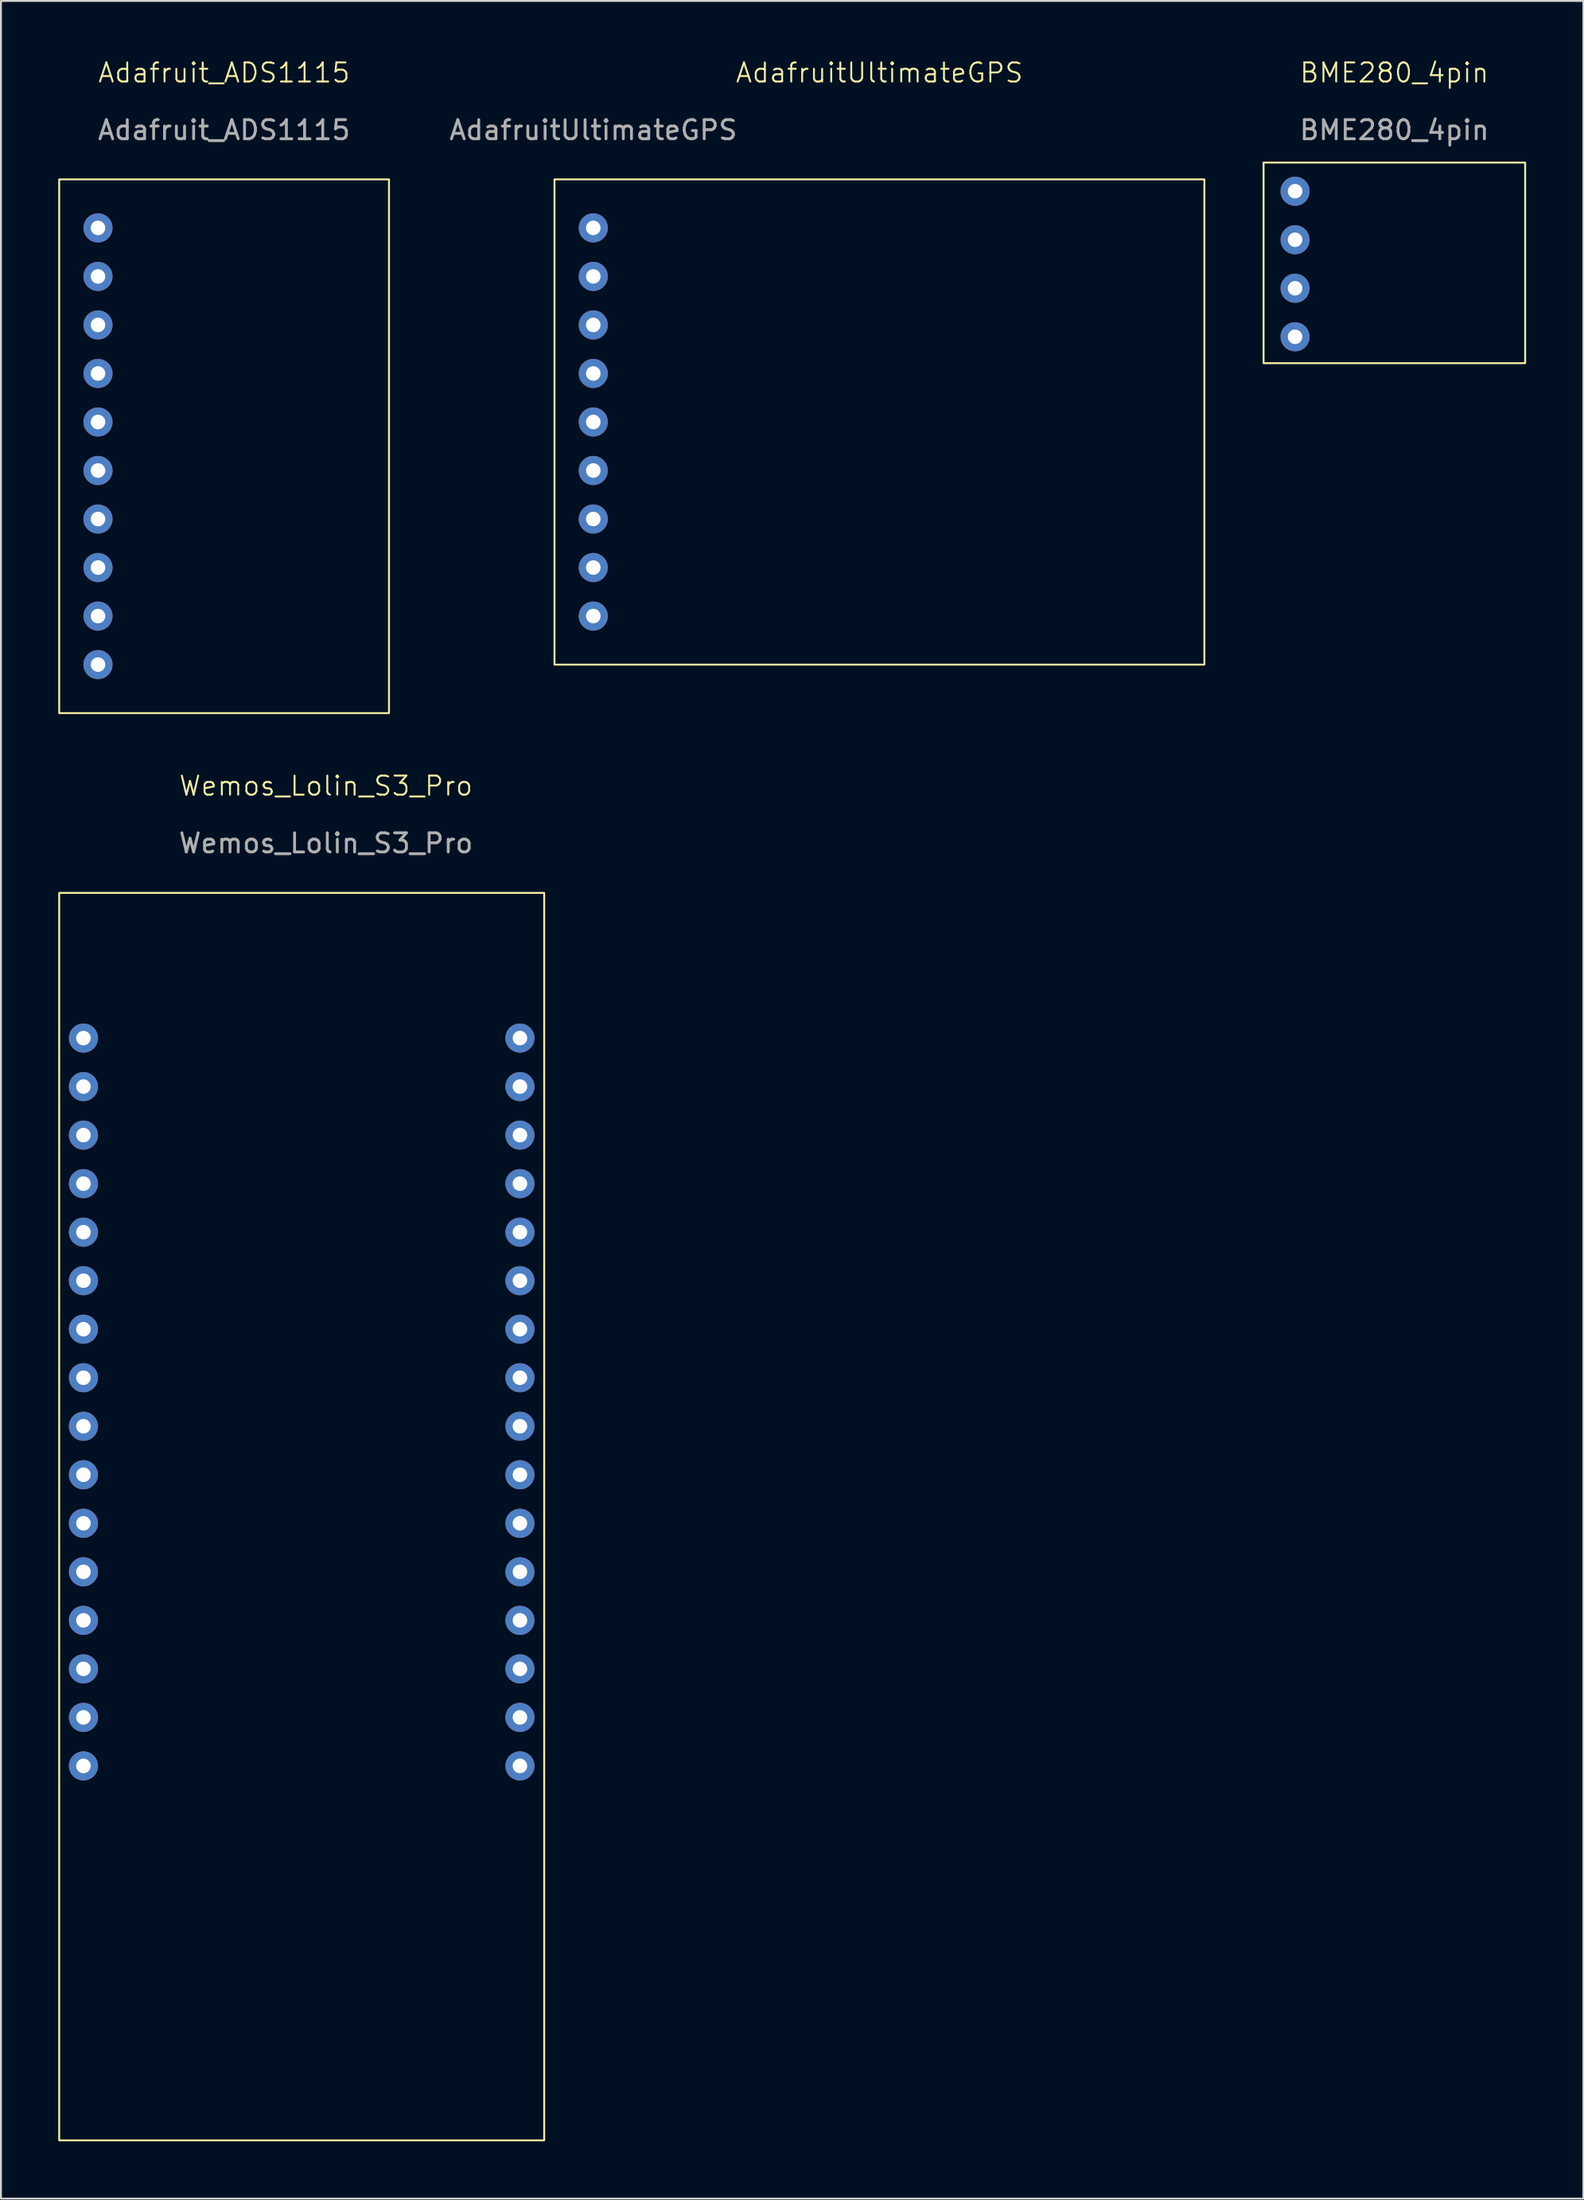
<source format=kicad_pcb>
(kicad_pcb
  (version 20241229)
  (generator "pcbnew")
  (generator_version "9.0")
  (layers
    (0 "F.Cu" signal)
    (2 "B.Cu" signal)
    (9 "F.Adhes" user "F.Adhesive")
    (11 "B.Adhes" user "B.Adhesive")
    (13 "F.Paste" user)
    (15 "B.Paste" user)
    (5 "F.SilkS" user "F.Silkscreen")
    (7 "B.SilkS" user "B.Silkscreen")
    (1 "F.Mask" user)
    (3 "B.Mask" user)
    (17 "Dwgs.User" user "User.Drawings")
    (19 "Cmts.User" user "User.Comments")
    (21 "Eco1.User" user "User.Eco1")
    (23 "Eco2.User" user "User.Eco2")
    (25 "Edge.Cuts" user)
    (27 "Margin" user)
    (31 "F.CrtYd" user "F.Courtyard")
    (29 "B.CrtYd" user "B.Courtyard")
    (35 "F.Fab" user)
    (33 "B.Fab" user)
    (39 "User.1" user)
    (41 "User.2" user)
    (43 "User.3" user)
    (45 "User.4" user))
  (footprint "BME280_4pin"
    (layer "F.Cu")
    (at 69.975 1.26)
    (property "Reference" "BME280_4pin" (at 0 -0.5 0) (unlocked yes) (layer "F.SilkS") (effects (font (size 1 1) (thickness 0.1))))
    (attr through_hole)
    (fp_rect (start -6.85 4.2) (end 6.85 14.7) (stroke (width 0.1) (type default)) (fill no) (layer "F.SilkS"))
    (fp_text user "${REFERENCE}" (at 0 2.5 0) (unlocked yes) (layer "F.Fab") (effects (font (size 1 1) (thickness 0.15))))
    (pad "1" thru_hole circle (at -5.2 5.7) (size 1.524 1.524) (drill 0.762) (layers "*.Cu" "*.Mask"))
    (pad "2" thru_hole circle (at -5.2 8.24) (size 1.524 1.524) (drill 0.762) (layers "*.Cu" "*.Mask"))
    (pad "3" thru_hole circle (at -5.2 10.78) (size 1.524 1.524) (drill 0.762) (layers "*.Cu" "*.Mask"))
    (pad "4" thru_hole circle (at -5.2 13.32) (size 1.524 1.524) (drill 0.762) (layers "*.Cu" "*.Mask")))
  (footprint "Adafruit_ADS1115"
    (layer "F.Cu")
    (at 8.686 1.26)
    (property "Reference" "Adafruit_ADS1115" (at 0 -0.5 0) (unlocked yes) (layer "F.SilkS") (effects (font (size 1 1) (thickness 0.1))))
    (attr through_hole)
    (fp_rect (start -8.636 5.08) (end 8.636 33.02) (stroke (width 0.1) (type default)) (fill no) (layer "F.SilkS"))
    (fp_text user "${REFERENCE}" (at 0 2.5 0) (unlocked yes) (layer "F.Fab") (effects (font (size 1 1) (thickness 0.15))))
    (pad "1" thru_hole circle (at -6.604 30.48) (size 1.524 1.524) (drill 0.762) (layers "*.Cu" "*.Mask"))
    (pad "2" thru_hole circle (at -6.604 27.94) (size 1.524 1.524) (drill 0.762) (layers "*.Cu" "*.Mask"))
    (pad "3" thru_hole circle (at -6.604 25.4) (size 1.524 1.524) (drill 0.762) (layers "*.Cu" "*.Mask"))
    (pad "4" thru_hole circle (at -6.604 22.86) (size 1.524 1.524) (drill 0.762) (layers "*.Cu" "*.Mask"))
    (pad "5" thru_hole circle (at -6.604 20.32) (size 1.524 1.524) (drill 0.762) (layers "*.Cu" "*.Mask"))
    (pad "6" thru_hole circle (at -6.604 17.78) (size 1.524 1.524) (drill 0.762) (layers "*.Cu" "*.Mask"))
    (pad "7" thru_hole circle (at -6.604 15.24) (size 1.524 1.524) (drill 0.762) (layers "*.Cu" "*.Mask"))
    (pad "8" thru_hole circle (at -6.604 12.7) (size 1.524 1.524) (drill 0.762) (layers "*.Cu" "*.Mask"))
    (pad "9" thru_hole circle (at -6.604 10.16) (size 1.524 1.524) (drill 0.762) (layers "*.Cu" "*.Mask"))
    (pad "10" thru_hole circle (at -6.604 7.62) (size 1.524 1.524) (drill 0.762) (layers "*.Cu" "*.Mask")))
  (footprint "AdafruitUltimateGPS"
    (layer "F.Cu")
    (at 43.007 1.26)
    (property "Reference" "AdafruitUltimateGPS" (at 0 -0.5 0) (unlocked yes) (layer "F.SilkS") (effects (font (size 1 1) (thickness 0.1))))
    (attr through_hole)
    (fp_rect (start -17.018 5.08) (end 17.018 30.48) (stroke (width 0.1) (type default)) (fill no) (layer "F.SilkS"))
    (fp_text user "${REFERENCE}" (at -14.986 2.5 0) (unlocked yes) (layer "F.Fab") (effects (font (size 1 1) (thickness 0.15))))
    (pad "1" thru_hole circle (at -14.986 27.94) (size 1.524 1.524) (drill 0.762) (layers "*.Cu" "*.Mask"))
    (pad "2" thru_hole circle (at -14.986 25.4) (size 1.524 1.524) (drill 0.762) (layers "*.Cu" "*.Mask"))
    (pad "3" thru_hole circle (at -14.986 22.86) (size 1.524 1.524) (drill 0.762) (layers "*.Cu" "*.Mask"))
    (pad "4" thru_hole circle (at -14.986 20.32) (size 1.524 1.524) (drill 0.762) (layers "*.Cu" "*.Mask"))
    (pad "5" thru_hole circle (at -14.986 17.78) (size 1.524 1.524) (drill 0.762) (layers "*.Cu" "*.Mask"))
    (pad "6" thru_hole circle (at -14.986 15.24) (size 1.524 1.524) (drill 0.762) (layers "*.Cu" "*.Mask"))
    (pad "7" thru_hole circle (at -14.986 12.7) (size 1.524 1.524) (drill 0.762) (layers "*.Cu" "*.Mask"))
    (pad "8" thru_hole circle (at -14.986 10.16) (size 1.524 1.524) (drill 0.762) (layers "*.Cu" "*.Mask"))
    (pad "9" thru_hole circle (at -14.986 7.62) (size 1.524 1.524) (drill 0.762) (layers "*.Cu" "*.Mask")))
  (footprint "Wemos_Lolin_S3_Pro"
    (layer "F.Cu")
    (at 14.02 38.591)
    (property "Reference" "Wemos_Lolin_S3_Pro" (at 0 -0.5 0) (unlocked yes) (layer "F.SilkS") (effects (font (size 1 1) (thickness 0.1))))
    (attr through_hole)
    (fp_rect (start -13.97 5.1) (end 11.43 70.4) (stroke (width 0.1) (type default)) (fill no) (layer "F.SilkS"))
    (fp_text user "${REFERENCE}" (at 0 2.5 0) (unlocked yes) (layer "F.Fab") (effects (font (size 1 1) (thickness 0.15))))
    (pad "1" thru_hole circle (at -12.7 12.7) (size 1.524 1.524) (drill 0.762) (layers "*.Cu" "*.Mask"))
    (pad "2" thru_hole circle (at -12.7 15.24) (size 1.524 1.524) (drill 0.762) (layers "*.Cu" "*.Mask"))
    (pad "3" thru_hole circle (at -12.7 17.78) (size 1.524 1.524) (drill 0.762) (layers "*.Cu" "*.Mask"))
    (pad "4" thru_hole circle (at -12.7 20.32) (size 1.524 1.524) (drill 0.762) (layers "*.Cu" "*.Mask"))
    (pad "5" thru_hole circle (at -12.7 22.86) (size 1.524 1.524) (drill 0.762) (layers "*.Cu" "*.Mask"))
    (pad "6" thru_hole circle (at -12.7 25.4) (size 1.524 1.524) (drill 0.762) (layers "*.Cu" "*.Mask"))
    (pad "7" thru_hole circle (at -12.7 27.94) (size 1.524 1.524) (drill 0.762) (layers "*.Cu" "*.Mask"))
    (pad "8" thru_hole circle (at -12.7 30.48) (size 1.524 1.524) (drill 0.762) (layers "*.Cu" "*.Mask"))
    (pad "9" thru_hole circle (at -12.7 33.02) (size 1.524 1.524) (drill 0.762) (layers "*.Cu" "*.Mask"))
    (pad "10" thru_hole circle (at -12.7 35.56) (size 1.524 1.524) (drill 0.762) (layers "*.Cu" "*.Mask"))
    (pad "11" thru_hole circle (at -12.7 38.1) (size 1.524 1.524) (drill 0.762) (layers "*.Cu" "*.Mask"))
    (pad "12" thru_hole circle (at -12.7 40.64) (size 1.524 1.524) (drill 0.762) (layers "*.Cu" "*.Mask"))
    (pad "13" thru_hole circle (at -12.7 43.18) (size 1.524 1.524) (drill 0.762) (layers "*.Cu" "*.Mask"))
    (pad "14" thru_hole circle (at -12.7 45.72) (size 1.524 1.524) (drill 0.762) (layers "*.Cu" "*.Mask"))
    (pad "15" thru_hole circle (at -12.7 48.26) (size 1.524 1.524) (drill 0.762) (layers "*.Cu" "*.Mask"))
    (pad "16" thru_hole circle (at -12.7 50.8) (size 1.524 1.524) (drill 0.762) (layers "*.Cu" "*.Mask"))
    (pad "17" thru_hole circle (at 10.16 12.7) (size 1.524 1.524) (drill 0.762) (layers "*.Cu" "*.Mask"))
    (pad "18" thru_hole circle (at 10.16 15.24) (size 1.524 1.524) (drill 0.762) (layers "*.Cu" "*.Mask"))
    (pad "19" thru_hole circle (at 10.16 17.78) (size 1.524 1.524) (drill 0.762) (layers "*.Cu" "*.Mask"))
    (pad "20" thru_hole circle (at 10.16 20.32) (size 1.524 1.524) (drill 0.762) (layers "*.Cu" "*.Mask"))
    (pad "21" thru_hole circle (at 10.16 22.86) (size 1.524 1.524) (drill 0.762) (layers "*.Cu" "*.Mask"))
    (pad "22" thru_hole circle (at 10.16 25.4) (size 1.524 1.524) (drill 0.762) (layers "*.Cu" "*.Mask"))
    (pad "23" thru_hole circle (at 10.16 27.94) (size 1.524 1.524) (drill 0.762) (layers "*.Cu" "*.Mask"))
    (pad "24" thru_hole circle (at 10.16 30.48) (size 1.524 1.524) (drill 0.762) (layers "*.Cu" "*.Mask"))
    (pad "25" thru_hole circle (at 10.16 33.02) (size 1.524 1.524) (drill 0.762) (layers "*.Cu" "*.Mask"))
    (pad "26" thru_hole circle (at 10.16 35.56) (size 1.524 1.524) (drill 0.762) (layers "*.Cu" "*.Mask"))
    (pad "27" thru_hole circle (at 10.16 38.1) (size 1.524 1.524) (drill 0.762) (layers "*.Cu" "*.Mask"))
    (pad "28" thru_hole circle (at 10.16 40.64) (size 1.524 1.524) (drill 0.762) (layers "*.Cu" "*.Mask"))
    (pad "29" thru_hole circle (at 10.16 43.18) (size 1.524 1.524) (drill 0.762) (layers "*.Cu" "*.Mask"))
    (pad "30" thru_hole circle (at 10.16 45.72) (size 1.524 1.524) (drill 0.762) (layers "*.Cu" "*.Mask"))
    (pad "31" thru_hole circle (at 10.16 48.26) (size 1.524 1.524) (drill 0.762) (layers "*.Cu" "*.Mask"))
    (pad "32" thru_hole circle (at 10.16 50.8) (size 1.524 1.524) (drill 0.762) (layers "*.Cu" "*.Mask")))
  (gr_rect
    (start -3 -3)
    (end 79.875 112.041)
    (stroke (width 0.1) (type default))
    (fill no)
    (layer "Edge.Cuts")))
</source>
